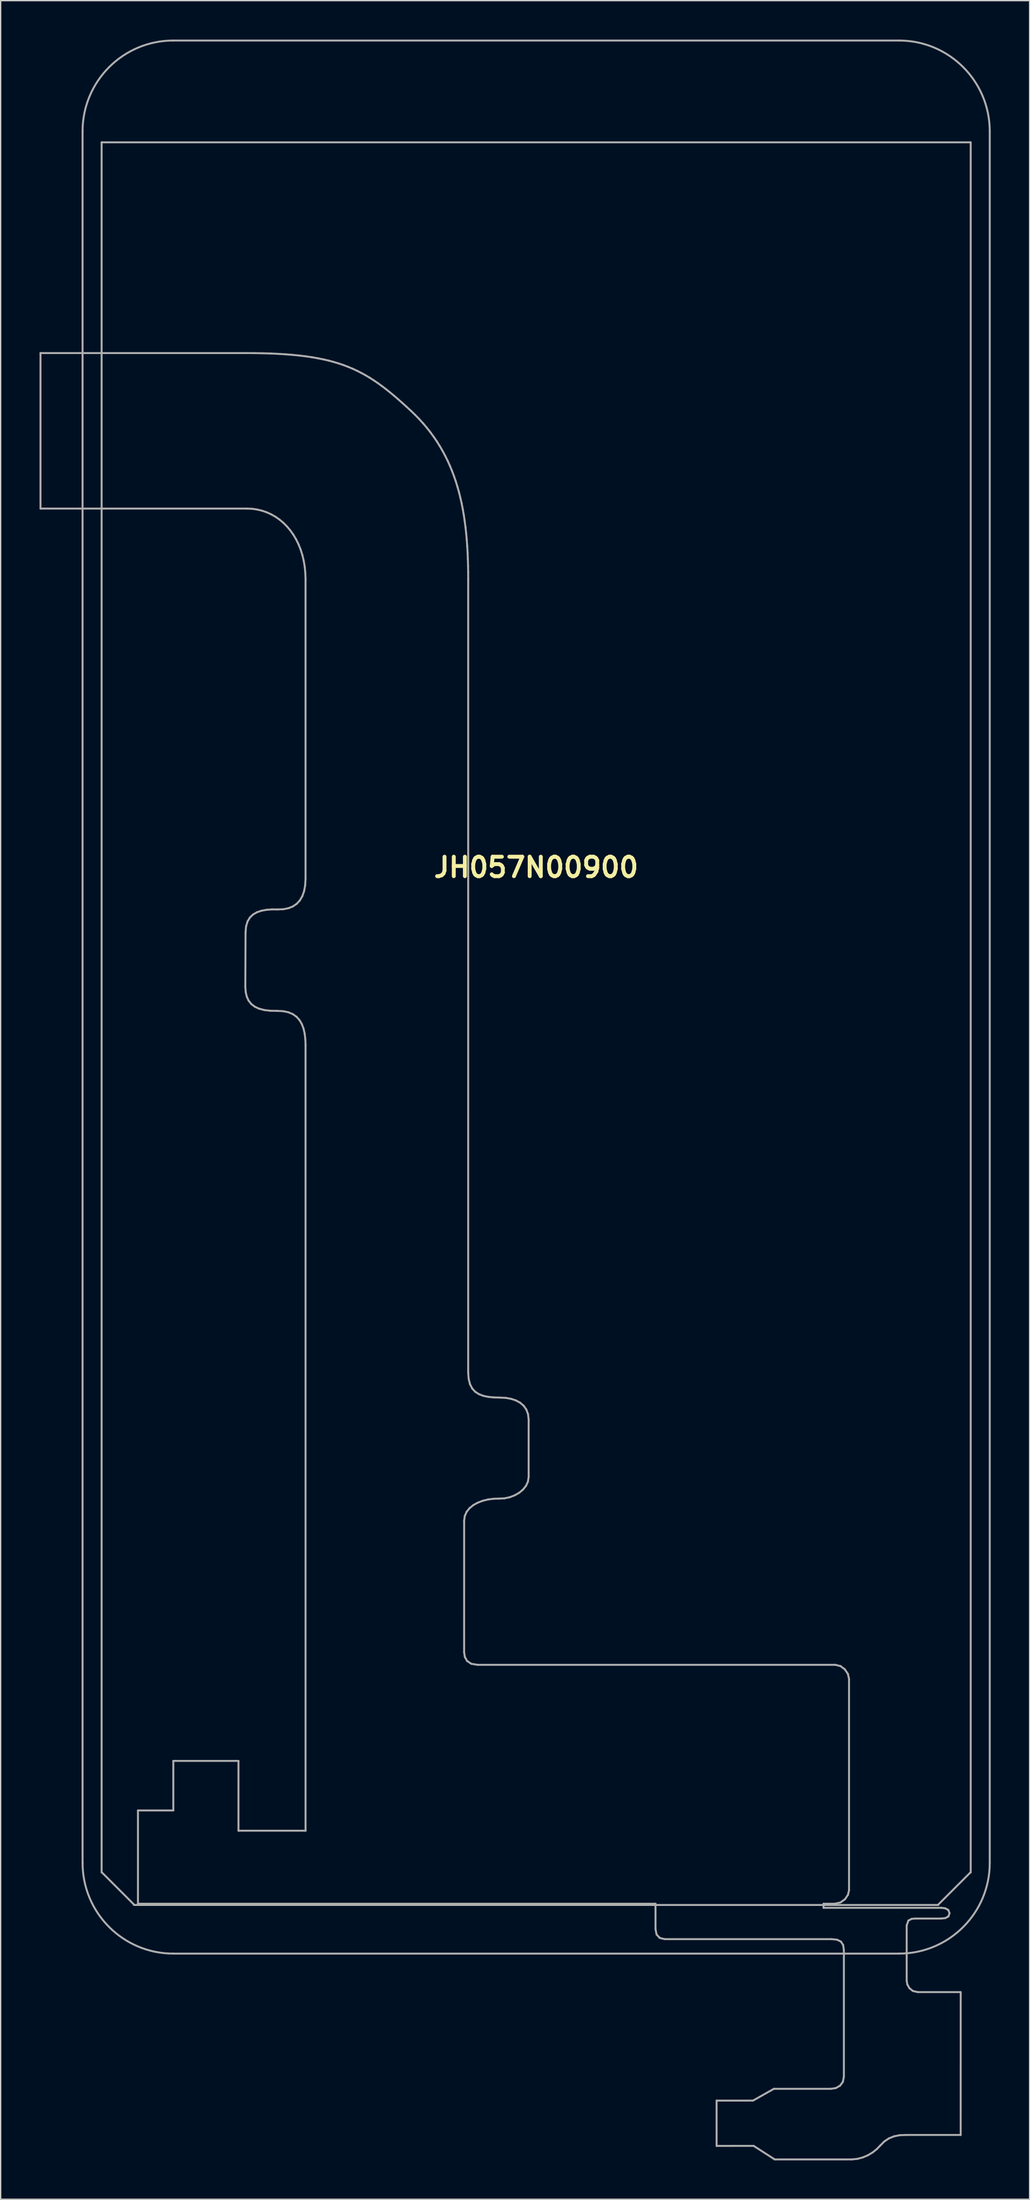
<source format=kicad_pcb>
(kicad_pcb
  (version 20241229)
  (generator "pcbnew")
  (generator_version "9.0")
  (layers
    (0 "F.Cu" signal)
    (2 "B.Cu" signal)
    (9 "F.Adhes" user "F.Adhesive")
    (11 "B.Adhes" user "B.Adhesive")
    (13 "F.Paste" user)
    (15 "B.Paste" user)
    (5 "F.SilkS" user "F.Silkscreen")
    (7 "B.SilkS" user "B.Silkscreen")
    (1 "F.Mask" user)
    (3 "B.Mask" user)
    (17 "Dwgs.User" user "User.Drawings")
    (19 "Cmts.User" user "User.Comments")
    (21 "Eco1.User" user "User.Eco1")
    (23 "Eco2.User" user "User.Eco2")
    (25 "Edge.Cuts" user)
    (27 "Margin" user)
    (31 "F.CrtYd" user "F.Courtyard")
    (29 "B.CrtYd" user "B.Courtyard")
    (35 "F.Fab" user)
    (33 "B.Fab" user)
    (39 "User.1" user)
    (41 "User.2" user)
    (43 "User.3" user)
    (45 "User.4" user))
  (footprint "JH057N00900"
    (layer "F.Cu")
    (at 38.321 73.825)
    (property "Reference" "JH057N00900" (at 0 -10 0) (layer "F.SilkS") (effects (font (size 1.5 1.5) (thickness 0.3))))
    (attr smd)
    (fp_line (start -38.246 -49.652) (end -22.442 -49.653) (stroke (width 0.15) (type solid)) (layer "F.Fab"))
    (fp_line (start -38.246 -37.664) (end -38.246 -49.652) (stroke (width 0.15) (type solid)) (layer "F.Fab"))
    (fp_line (start -35 -66.75) (end -35 66.75) (stroke (width 0.15) (type solid)) (layer "F.Fab"))
    (fp_line (start -33.53 -65.9) (end -33.53 67.5) (stroke (width 0.15) (type solid)) (layer "F.Fab"))
    (fp_line (start -33.5 67.5) (end -31 70) (stroke (width 0.15) (type solid)) (layer "F.Fab"))
    (fp_line (start -30.726 69.906) (end -30.726 62.712) (stroke (width 0.15) (type solid)) (layer "F.Fab"))
    (fp_line (start -30.726 62.712) (end -27.997 62.713) (stroke (width 0.15) (type solid)) (layer "F.Fab"))
    (fp_line (start -28 73.75) (end 28 73.75) (stroke (width 0.15) (type solid)) (layer "F.Fab"))
    (fp_line (start -27.998 58.893) (end -22.97 58.893) (stroke (width 0.15) (type solid)) (layer "F.Fab"))
    (fp_line (start -27.997 62.713) (end -27.998 58.893) (stroke (width 0.15) (type solid)) (layer "F.Fab"))
    (fp_line (start -22.971 64.275) (end -17.794 64.275) (stroke (width 0.15) (type solid)) (layer "F.Fab"))
    (fp_line (start -22.97 58.893) (end -22.971 64.275) (stroke (width 0.15) (type solid)) (layer "F.Fab"))
    (fp_line (start -22.442 -49.653) (end -21.762 -49.649) (stroke (width 0.15) (type solid)) (layer "F.Fab"))
    (fp_line (start -22.441 -0.82) (end -22.424 -4.987) (stroke (width 0.15) (type solid)) (layer "F.Fab"))
    (fp_line (start -22.424 -4.987) (end -22.383 -5.453) (stroke (width 0.15) (type solid)) (layer "F.Fab"))
    (fp_line (start -22.414 -0.399) (end -22.441 -0.82) (stroke (width 0.15) (type solid)) (layer "F.Fab"))
    (fp_line (start -22.383 -5.453) (end -22.267 -5.834) (stroke (width 0.15) (type solid)) (layer "F.Fab"))
    (fp_line (start -22.33 -0.033) (end -22.414 -0.399) (stroke (width 0.15) (type solid)) (layer "F.Fab"))
    (fp_line (start -22.309 -37.663) (end -38.246 -37.664) (stroke (width 0.15) (type solid)) (layer "F.Fab"))
    (fp_line (start -22.267 -5.834) (end -22.084 -6.137) (stroke (width 0.15) (type solid)) (layer "F.Fab"))
    (fp_line (start -22.187 0.277) (end -22.33 -0.033) (stroke (width 0.15) (type solid)) (layer "F.Fab"))
    (fp_line (start -22.084 -6.137) (end -21.84 -6.37) (stroke (width 0.15) (type solid)) (layer "F.Fab"))
    (fp_line (start -21.982 0.535) (end -22.187 0.277) (stroke (width 0.15) (type solid)) (layer "F.Fab"))
    (fp_line (start -21.911 -37.645) (end -22.309 -37.663) (stroke (width 0.15) (type solid)) (layer "F.Fab"))
    (fp_line (start -21.84 -6.37) (end -21.542 -6.541) (stroke (width 0.15) (type solid)) (layer "F.Fab"))
    (fp_line (start -21.762 -49.649) (end -21.112 -49.638) (stroke (width 0.15) (type solid)) (layer "F.Fab"))
    (fp_line (start -21.715 0.74) (end -21.982 0.535) (stroke (width 0.15) (type solid)) (layer "F.Fab"))
    (fp_line (start -21.542 -6.541) (end -21.197 -6.657) (stroke (width 0.15) (type solid)) (layer "F.Fab"))
    (fp_line (start -21.524 -37.59) (end -21.911 -37.645) (stroke (width 0.15) (type solid)) (layer "F.Fab"))
    (fp_line (start -21.385 0.894) (end -21.715 0.74) (stroke (width 0.15) (type solid)) (layer "F.Fab"))
    (fp_line (start -21.197 -6.657) (end -20.811 -6.727) (stroke (width 0.15) (type solid)) (layer "F.Fab"))
    (fp_line (start -21.15 -37.5) (end -21.524 -37.59) (stroke (width 0.15) (type solid)) (layer "F.Fab"))
    (fp_line (start -21.112 -49.638) (end -20.492 -49.619) (stroke (width 0.15) (type solid)) (layer "F.Fab"))
    (fp_line (start -20.988 0.998) (end -21.385 0.894) (stroke (width 0.15) (type solid)) (layer "F.Fab"))
    (fp_line (start -20.811 -6.727) (end -20.391 -6.758) (stroke (width 0.15) (type solid)) (layer "F.Fab"))
    (fp_line (start -20.788 -37.376) (end -21.15 -37.5) (stroke (width 0.15) (type solid)) (layer "F.Fab"))
    (fp_line (start -20.525 1.055) (end -20.988 0.998) (stroke (width 0.15) (type solid)) (layer "F.Fab"))
    (fp_line (start -20.492 -49.619) (end -19.901 -49.592) (stroke (width 0.15) (type solid)) (layer "F.Fab"))
    (fp_line (start -20.442 -37.218) (end -20.788 -37.376) (stroke (width 0.15) (type solid)) (layer "F.Fab"))
    (fp_line (start -20.391 -6.758) (end -19.944 -6.757) (stroke (width 0.15) (type solid)) (layer "F.Fab"))
    (fp_line (start -20.111 -37.03) (end -20.442 -37.218) (stroke (width 0.15) (type solid)) (layer "F.Fab"))
    (fp_line (start -19.994 1.065) (end -20.525 1.055) (stroke (width 0.15) (type solid)) (layer "F.Fab"))
    (fp_line (start -19.944 -6.757) (end -19.508 -6.773) (stroke (width 0.15) (type solid)) (layer "F.Fab"))
    (fp_line (start -19.901 -49.592) (end -19.336 -49.557) (stroke (width 0.15) (type solid)) (layer "F.Fab"))
    (fp_line (start -19.797 -36.81) (end -20.111 -37.03) (stroke (width 0.15) (type solid)) (layer "F.Fab"))
    (fp_line (start -19.519 1.087) (end -19.994 1.065) (stroke (width 0.15) (type solid)) (layer "F.Fab"))
    (fp_line (start -19.508 -6.773) (end -19.118 -6.849) (stroke (width 0.15) (type solid)) (layer "F.Fab"))
    (fp_line (start -19.502 -36.561) (end -19.797 -36.81) (stroke (width 0.15) (type solid)) (layer "F.Fab"))
    (fp_line (start -19.336 -49.557) (end -18.796 -49.514) (stroke (width 0.15) (type solid)) (layer "F.Fab"))
    (fp_line (start -19.225 -36.284) (end -19.502 -36.561) (stroke (width 0.15) (type solid)) (layer "F.Fab"))
    (fp_line (start -19.118 -6.849) (end -18.776 -6.987) (stroke (width 0.15) (type solid)) (layer "F.Fab"))
    (fp_line (start -19.112 1.173) (end -19.519 1.087) (stroke (width 0.15) (type solid)) (layer "F.Fab"))
    (fp_line (start -18.97 -35.979) (end -19.225 -36.284) (stroke (width 0.15) (type solid)) (layer "F.Fab"))
    (fp_line (start -18.796 -49.514) (end -18.28 -49.463) (stroke (width 0.15) (type solid)) (layer "F.Fab"))
    (fp_line (start -18.776 -6.987) (end -18.482 -7.186) (stroke (width 0.15) (type solid)) (layer "F.Fab"))
    (fp_line (start -18.769 1.321) (end -19.112 1.173) (stroke (width 0.15) (type solid)) (layer "F.Fab"))
    (fp_line (start -18.736 -35.649) (end -18.97 -35.979) (stroke (width 0.15) (type solid)) (layer "F.Fab"))
    (fp_line (start -18.525 -35.294) (end -18.736 -35.649) (stroke (width 0.15) (type solid)) (layer "F.Fab"))
    (fp_line (start -18.485 1.524) (end -18.769 1.321) (stroke (width 0.15) (type solid)) (layer "F.Fab"))
    (fp_line (start -18.482 -7.186) (end -18.238 -7.448) (stroke (width 0.15) (type solid)) (layer "F.Fab"))
    (fp_line (start -18.339 -34.915) (end -18.525 -35.294) (stroke (width 0.15) (type solid)) (layer "F.Fab"))
    (fp_line (start -18.28 -49.463) (end -17.787 -49.403) (stroke (width 0.15) (type solid)) (layer "F.Fab"))
    (fp_line (start -18.257 1.781) (end -18.485 1.524) (stroke (width 0.15) (type solid)) (layer "F.Fab"))
    (fp_line (start -18.238 -7.448) (end -18.046 -7.773) (stroke (width 0.15) (type solid)) (layer "F.Fab"))
    (fp_line (start -18.177 -34.513) (end -18.339 -34.915) (stroke (width 0.15) (type solid)) (layer "F.Fab"))
    (fp_line (start -18.079 2.086) (end -18.257 1.781) (stroke (width 0.15) (type solid)) (layer "F.Fab"))
    (fp_line (start -18.046 -7.773) (end -17.907 -8.163) (stroke (width 0.15) (type solid)) (layer "F.Fab"))
    (fp_line (start -18.043 -34.09) (end -18.177 -34.513) (stroke (width 0.15) (type solid)) (layer "F.Fab"))
    (fp_line (start -17.948 2.435) (end -18.079 2.086) (stroke (width 0.15) (type solid)) (layer "F.Fab"))
    (fp_line (start -17.936 -33.647) (end -18.043 -34.09) (stroke (width 0.15) (type solid)) (layer "F.Fab"))
    (fp_line (start -17.907 -8.163) (end -17.823 -8.618) (stroke (width 0.15) (type solid)) (layer "F.Fab"))
    (fp_line (start -17.86 2.825) (end -17.948 2.435) (stroke (width 0.15) (type solid)) (layer "F.Fab"))
    (fp_line (start -17.858 -33.184) (end -17.936 -33.647) (stroke (width 0.15) (type solid)) (layer "F.Fab"))
    (fp_line (start -17.823 -8.618) (end -17.795 -9.138) (stroke (width 0.15) (type solid)) (layer "F.Fab"))
    (fp_line (start -17.811 -32.704) (end -17.858 -33.184) (stroke (width 0.15) (type solid)) (layer "F.Fab"))
    (fp_line (start -17.81 3.252) (end -17.86 2.825) (stroke (width 0.15) (type solid)) (layer "F.Fab"))
    (fp_line (start -17.795 -32.206) (end -17.811 -32.704) (stroke (width 0.15) (type solid)) (layer "F.Fab"))
    (fp_line (start -17.795 -9.138) (end -17.795 -32.206) (stroke (width 0.15) (type solid)) (layer "F.Fab"))
    (fp_line (start -17.795 3.711) (end -17.81 3.252) (stroke (width 0.15) (type solid)) (layer "F.Fab"))
    (fp_line (start -17.794 64.275) (end -17.795 3.711) (stroke (width 0.15) (type solid)) (layer "F.Fab"))
    (fp_line (start -17.787 -49.403) (end -17.316 -49.334) (stroke (width 0.15) (type solid)) (layer "F.Fab"))
    (fp_line (start -17.316 -49.334) (end -16.865 -49.256) (stroke (width 0.15) (type solid)) (layer "F.Fab"))
    (fp_line (start -16.865 -49.256) (end -16.432 -49.169) (stroke (width 0.15) (type solid)) (layer "F.Fab"))
    (fp_line (start -16.432 -49.169) (end -16.017 -49.073) (stroke (width 0.15) (type solid)) (layer "F.Fab"))
    (fp_line (start -16.017 -49.073) (end -15.618 -48.967) (stroke (width 0.15) (type solid)) (layer "F.Fab"))
    (fp_line (start -15.618 -48.967) (end -15.233 -48.851) (stroke (width 0.15) (type solid)) (layer "F.Fab"))
    (fp_line (start -15.233 -48.851) (end -14.863 -48.725) (stroke (width 0.15) (type solid)) (layer "F.Fab"))
    (fp_line (start -14.863 -48.725) (end -14.504 -48.589) (stroke (width 0.15) (type solid)) (layer "F.Fab"))
    (fp_line (start -14.504 -48.589) (end -14.156 -48.443) (stroke (width 0.15) (type solid)) (layer "F.Fab"))
    (fp_line (start -14.156 -48.443) (end -13.817 -48.287) (stroke (width 0.15) (type solid)) (layer "F.Fab"))
    (fp_line (start -13.817 -48.287) (end -13.487 -48.119) (stroke (width 0.15) (type solid)) (layer "F.Fab"))
    (fp_line (start -13.487 -48.119) (end -13.163 -47.941) (stroke (width 0.15) (type solid)) (layer "F.Fab"))
    (fp_line (start -13.163 -47.941) (end -12.845 -47.752) (stroke (width 0.15) (type solid)) (layer "F.Fab"))
    (fp_line (start -12.845 -47.752) (end -12.531 -47.551) (stroke (width 0.15) (type solid)) (layer "F.Fab"))
    (fp_line (start -12.531 -47.551) (end -12.22 -47.339) (stroke (width 0.15) (type solid)) (layer "F.Fab"))
    (fp_line (start -12.22 -47.339) (end -11.91 -47.115) (stroke (width 0.15) (type solid)) (layer "F.Fab"))
    (fp_line (start -11.91 -47.115) (end -11.6 -46.88) (stroke (width 0.15) (type solid)) (layer "F.Fab"))
    (fp_line (start -11.6 -46.88) (end -11.29 -46.632) (stroke (width 0.15) (type solid)) (layer "F.Fab"))
    (fp_line (start -11.29 -46.632) (end -10.976 -46.373) (stroke (width 0.15) (type solid)) (layer "F.Fab"))
    (fp_line (start -10.976 -46.373) (end -10.659 -46.101) (stroke (width 0.15) (type solid)) (layer "F.Fab"))
    (fp_line (start -10.659 -46.101) (end -10.337 -45.816) (stroke (width 0.15) (type solid)) (layer "F.Fab"))
    (fp_line (start -10.337 -45.816) (end -10.008 -45.518) (stroke (width 0.15) (type solid)) (layer "F.Fab"))
    (fp_line (start -10.008 -45.518) (end -9.671 -45.208) (stroke (width 0.15) (type solid)) (layer "F.Fab"))
    (fp_line (start -9.671 -45.208) (end -9.339 -44.888) (stroke (width 0.15) (type solid)) (layer "F.Fab"))
    (fp_line (start -9.339 -44.888) (end -9.022 -44.562) (stroke (width 0.15) (type solid)) (layer "F.Fab"))
    (fp_line (start -9.022 -44.562) (end -8.72 -44.23) (stroke (width 0.15) (type solid)) (layer "F.Fab"))
    (fp_line (start -8.72 -44.23) (end -8.435 -43.893) (stroke (width 0.15) (type solid)) (layer "F.Fab"))
    (fp_line (start -8.435 -43.893) (end -8.164 -43.549) (stroke (width 0.15) (type solid)) (layer "F.Fab"))
    (fp_line (start -8.164 -43.549) (end -7.907 -43.199) (stroke (width 0.15) (type solid)) (layer "F.Fab"))
    (fp_line (start -7.907 -43.199) (end -7.665 -42.843) (stroke (width 0.15) (type solid)) (layer "F.Fab"))
    (fp_line (start -7.665 -42.843) (end -7.437 -42.48) (stroke (width 0.15) (type solid)) (layer "F.Fab"))
    (fp_line (start -7.437 -42.48) (end -7.223 -42.111) (stroke (width 0.15) (type solid)) (layer "F.Fab"))
    (fp_line (start -7.223 -42.111) (end -7.021 -41.736) (stroke (width 0.15) (type solid)) (layer "F.Fab"))
    (fp_line (start -7.021 -41.736) (end -6.833 -41.354) (stroke (width 0.15) (type solid)) (layer "F.Fab"))
    (fp_line (start -6.833 -41.354) (end -6.657 -40.966) (stroke (width 0.15) (type solid)) (layer "F.Fab"))
    (fp_line (start -6.657 -40.966) (end -6.494 -40.57) (stroke (width 0.15) (type solid)) (layer "F.Fab"))
    (fp_line (start -6.494 -40.57) (end -6.342 -40.168) (stroke (width 0.15) (type solid)) (layer "F.Fab"))
    (fp_line (start -6.342 -40.168) (end -6.202 -39.76) (stroke (width 0.15) (type solid)) (layer "F.Fab"))
    (fp_line (start -6.202 -39.76) (end -6.073 -39.344) (stroke (width 0.15) (type solid)) (layer "F.Fab"))
    (fp_line (start -6.073 -39.344) (end -5.955 -38.921) (stroke (width 0.15) (type solid)) (layer "F.Fab"))
    (fp_line (start -5.955 -38.921) (end -5.847 -38.491) (stroke (width 0.15) (type solid)) (layer "F.Fab"))
    (fp_line (start -5.847 -38.491) (end -5.749 -38.054) (stroke (width 0.15) (type solid)) (layer "F.Fab"))
    (fp_line (start -5.749 -38.054) (end -5.661 -37.61) (stroke (width 0.15) (type solid)) (layer "F.Fab"))
    (fp_line (start -5.661 -37.61) (end -5.583 -37.158) (stroke (width 0.15) (type solid)) (layer "F.Fab"))
    (fp_line (start -5.583 -37.158) (end -5.514 -36.699) (stroke (width 0.15) (type solid)) (layer "F.Fab"))
    (fp_line (start -5.558 50.509) (end -5.504 50.878) (stroke (width 0.15) (type solid)) (layer "F.Fab"))
    (fp_line (start -5.557 40.372) (end -5.558 50.509) (stroke (width 0.15) (type solid)) (layer "F.Fab"))
    (fp_line (start -5.514 -36.699) (end -5.453 -36.233) (stroke (width 0.15) (type solid)) (layer "F.Fab"))
    (fp_line (start -5.507 40.007) (end -5.557 40.372) (stroke (width 0.15) (type solid)) (layer "F.Fab"))
    (fp_line (start -5.504 50.878) (end -5.328 51.189) (stroke (width 0.15) (type solid)) (layer "F.Fab"))
    (fp_line (start -5.453 -36.233) (end -5.401 -35.759) (stroke (width 0.15) (type solid)) (layer "F.Fab"))
    (fp_line (start -5.401 -35.759) (end -5.357 -35.277) (stroke (width 0.15) (type solid)) (layer "F.Fab"))
    (fp_line (start -5.363 39.684) (end -5.507 40.007) (stroke (width 0.15) (type solid)) (layer "F.Fab"))
    (fp_line (start -5.357 -35.277) (end -5.321 -34.788) (stroke (width 0.15) (type solid)) (layer "F.Fab"))
    (fp_line (start -5.328 51.189) (end -5.006 51.404) (stroke (width 0.15) (type solid)) (layer "F.Fab"))
    (fp_line (start -5.321 -34.788) (end -5.292 -34.291) (stroke (width 0.15) (type solid)) (layer "F.Fab"))
    (fp_line (start -5.292 -34.291) (end -5.27 -33.786) (stroke (width 0.15) (type solid)) (layer "F.Fab"))
    (fp_line (start -5.27 -33.786) (end -5.255 -33.273) (stroke (width 0.15) (type solid)) (layer "F.Fab"))
    (fp_line (start -5.255 -33.273) (end -5.246 -32.752) (stroke (width 0.15) (type solid)) (layer "F.Fab"))
    (fp_line (start -5.246 -32.752) (end -5.243 -32.223) (stroke (width 0.15) (type solid)) (layer "F.Fab"))
    (fp_line (start -5.244 28.946) (end -5.208 29.446) (stroke (width 0.15) (type solid)) (layer "F.Fab"))
    (fp_line (start -5.243 -32.223) (end -5.244 28.946) (stroke (width 0.15) (type solid)) (layer "F.Fab"))
    (fp_line (start -5.208 29.446) (end -5.102 29.855) (stroke (width 0.15) (type solid)) (layer "F.Fab"))
    (fp_line (start -5.139 39.406) (end -5.363 39.684) (stroke (width 0.15) (type solid)) (layer "F.Fab"))
    (fp_line (start -5.102 29.855) (end -4.932 30.181) (stroke (width 0.15) (type solid)) (layer "F.Fab"))
    (fp_line (start -5.006 51.404) (end -4.516 51.485) (stroke (width 0.15) (type solid)) (layer "F.Fab"))
    (fp_line (start -4.932 30.181) (end -4.701 30.432) (stroke (width 0.15) (type solid)) (layer "F.Fab"))
    (fp_line (start -4.849 39.171) (end -5.139 39.406) (stroke (width 0.15) (type solid)) (layer "F.Fab"))
    (fp_line (start -4.701 30.432) (end -4.413 30.618) (stroke (width 0.15) (type solid)) (layer "F.Fab"))
    (fp_line (start -4.516 51.485) (end 23.084 51.484) (stroke (width 0.15) (type solid)) (layer "F.Fab"))
    (fp_line (start -4.504 38.981) (end -4.849 39.171) (stroke (width 0.15) (type solid)) (layer "F.Fab"))
    (fp_line (start -4.413 30.618) (end -4.073 30.747) (stroke (width 0.15) (type solid)) (layer "F.Fab"))
    (fp_line (start -4.119 38.835) (end -4.504 38.981) (stroke (width 0.15) (type solid)) (layer "F.Fab"))
    (fp_line (start -4.073 30.747) (end -3.684 30.828) (stroke (width 0.15) (type solid)) (layer "F.Fab"))
    (fp_line (start -3.705 38.735) (end -4.119 38.835) (stroke (width 0.15) (type solid)) (layer "F.Fab"))
    (fp_line (start -3.684 30.828) (end -3.252 30.869) (stroke (width 0.15) (type solid)) (layer "F.Fab"))
    (fp_line (start -3.276 38.679) (end -3.705 38.735) (stroke (width 0.15) (type solid)) (layer "F.Fab"))
    (fp_line (start -3.252 30.869) (end -2.779 30.88) (stroke (width 0.15) (type solid)) (layer "F.Fab"))
    (fp_line (start -2.845 38.669) (end -3.276 38.679) (stroke (width 0.15) (type solid)) (layer "F.Fab"))
    (fp_line (start -2.779 30.88) (end -2.347 30.903) (stroke (width 0.15) (type solid)) (layer "F.Fab"))
    (fp_line (start -2.436 38.647) (end -2.845 38.669) (stroke (width 0.15) (type solid)) (layer "F.Fab"))
    (fp_line (start -2.347 30.903) (end -1.939 30.974) (stroke (width 0.15) (type solid)) (layer "F.Fab"))
    (fp_line (start -2.033 38.56) (end -2.436 38.647) (stroke (width 0.15) (type solid)) (layer "F.Fab"))
    (fp_line (start -1.939 30.974) (end -1.566 31.097) (stroke (width 0.15) (type solid)) (layer "F.Fab"))
    (fp_line (start -1.651 38.415) (end -2.033 38.56) (stroke (width 0.15) (type solid)) (layer "F.Fab"))
    (fp_line (start -1.566 31.097) (end -1.238 31.274) (stroke (width 0.15) (type solid)) (layer "F.Fab"))
    (fp_line (start -1.305 38.216) (end -1.651 38.415) (stroke (width 0.15) (type solid)) (layer "F.Fab"))
    (fp_line (start -1.238 31.274) (end -0.965 31.509) (stroke (width 0.15) (type solid)) (layer "F.Fab"))
    (fp_line (start -1.01 37.969) (end -1.305 38.216) (stroke (width 0.15) (type solid)) (layer "F.Fab"))
    (fp_line (start -0.965 31.509) (end -0.758 31.803) (stroke (width 0.15) (type solid)) (layer "F.Fab"))
    (fp_line (start -0.781 37.68) (end -1.01 37.969) (stroke (width 0.15) (type solid)) (layer "F.Fab"))
    (fp_line (start -0.758 31.803) (end -0.626 32.161) (stroke (width 0.15) (type solid)) (layer "F.Fab"))
    (fp_line (start -0.632 37.355) (end -0.781 37.68) (stroke (width 0.15) (type solid)) (layer "F.Fab"))
    (fp_line (start -0.626 32.161) (end -0.58 32.584) (stroke (width 0.15) (type solid)) (layer "F.Fab"))
    (fp_line (start -0.58 32.584) (end -0.58 36.999) (stroke (width 0.15) (type solid)) (layer "F.Fab"))
    (fp_line (start -0.58 36.999) (end -0.632 37.355) (stroke (width 0.15) (type solid)) (layer "F.Fab"))
    (fp_line (start 9.209 69.906) (end -30.726 69.906) (stroke (width 0.15) (type solid)) (layer "F.Fab"))
    (fp_line (start 9.21 71.874) (end 9.209 69.906) (stroke (width 0.15) (type solid)) (layer "F.Fab"))
    (fp_line (start 9.293 72.281) (end 9.21 71.874) (stroke (width 0.15) (type solid)) (layer "F.Fab"))
    (fp_line (start 9.537 72.542) (end 9.293 72.281) (stroke (width 0.15) (type solid)) (layer "F.Fab"))
    (fp_line (start 9.904 72.634) (end 9.537 72.542) (stroke (width 0.15) (type solid)) (layer "F.Fab"))
    (fp_line (start 13.922 85.084) (end 16.734 85.083) (stroke (width 0.15) (type solid)) (layer "F.Fab"))
    (fp_line (start 13.923 88.576) (end 13.922 85.084) (stroke (width 0.15) (type solid)) (layer "F.Fab"))
    (fp_line (start 16.734 85.083) (end 18.338 84.177) (stroke (width 0.15) (type solid)) (layer "F.Fab"))
    (fp_line (start 16.783 88.575) (end 13.923 88.576) (stroke (width 0.15) (type solid)) (layer "F.Fab"))
    (fp_line (start 18.338 84.177) (end 22.737 84.177) (stroke (width 0.15) (type solid)) (layer "F.Fab"))
    (fp_line (start 18.404 89.618) (end 16.783 88.575) (stroke (width 0.15) (type solid)) (layer "F.Fab"))
    (fp_line (start 22.173 69.907) (end 22.173 70.219) (stroke (width 0.15) (type solid)) (layer "F.Fab"))
    (fp_line (start 22.173 70.219) (end 31.269 70.219) (stroke (width 0.15) (type solid)) (layer "F.Fab"))
    (fp_line (start 22.737 84.177) (end 23.126 84.115) (stroke (width 0.15) (type solid)) (layer "F.Fab"))
    (fp_line (start 22.803 72.635) (end 9.904 72.634) (stroke (width 0.15) (type solid)) (layer "F.Fab"))
    (fp_line (start 23.045 69.905) (end 22.173 69.907) (stroke (width 0.15) (type solid)) (layer "F.Fab"))
    (fp_line (start 23.084 51.484) (end 23.481 51.582) (stroke (width 0.15) (type solid)) (layer "F.Fab"))
    (fp_line (start 23.126 84.115) (end 23.447 83.935) (stroke (width 0.15) (type solid)) (layer "F.Fab"))
    (fp_line (start 23.222 72.679) (end 22.803 72.635) (stroke (width 0.15) (type solid)) (layer "F.Fab"))
    (fp_line (start 23.447 83.935) (end 23.665 83.644) (stroke (width 0.15) (type solid)) (layer "F.Fab"))
    (fp_line (start 23.481 51.582) (end 23.819 51.835) (stroke (width 0.15) (type solid)) (layer "F.Fab"))
    (fp_line (start 23.483 69.806) (end 23.045 69.905) (stroke (width 0.15) (type solid)) (layer "F.Fab"))
    (fp_line (start 23.516 72.825) (end 23.222 72.679) (stroke (width 0.15) (type solid)) (layer "F.Fab"))
    (fp_line (start 23.665 83.644) (end 23.745 83.251) (stroke (width 0.15) (type solid)) (layer "F.Fab"))
    (fp_line (start 23.689 73.091) (end 23.516 72.825) (stroke (width 0.15) (type solid)) (layer "F.Fab"))
    (fp_line (start 23.745 83.251) (end 23.745 73.494) (stroke (width 0.15) (type solid)) (layer "F.Fab"))
    (fp_line (start 23.745 73.494) (end 23.689 73.091) (stroke (width 0.15) (type solid)) (layer "F.Fab"))
    (fp_line (start 23.819 51.835) (end 24.054 52.186) (stroke (width 0.15) (type solid)) (layer "F.Fab"))
    (fp_line (start 23.831 69.554) (end 23.483 69.806) (stroke (width 0.15) (type solid)) (layer "F.Fab"))
    (fp_line (start 24.054 52.186) (end 24.142 52.576) (stroke (width 0.15) (type solid)) (layer "F.Fab"))
    (fp_line (start 24.06 69.218) (end 23.831 69.554) (stroke (width 0.15) (type solid)) (layer "F.Fab"))
    (fp_line (start 24.142 52.576) (end 24.142 68.864) (stroke (width 0.15) (type solid)) (layer "F.Fab"))
    (fp_line (start 24.142 68.864) (end 24.06 69.218) (stroke (width 0.15) (type solid)) (layer "F.Fab"))
    (fp_line (start 24.357 89.618) (end 18.404 89.618) (stroke (width 0.15) (type solid)) (layer "F.Fab"))
    (fp_line (start 24.788 89.575) (end 24.357 89.618) (stroke (width 0.15) (type solid)) (layer "F.Fab"))
    (fp_line (start 25.204 89.465) (end 24.788 89.575) (stroke (width 0.15) (type solid)) (layer "F.Fab"))
    (fp_line (start 25.598 89.297) (end 25.204 89.465) (stroke (width 0.15) (type solid)) (layer "F.Fab"))
    (fp_line (start 25.96 89.081) (end 25.598 89.297) (stroke (width 0.15) (type solid)) (layer "F.Fab"))
    (fp_line (start 26.282 88.826) (end 25.96 89.081) (stroke (width 0.15) (type solid)) (layer "F.Fab"))
    (fp_line (start 26.556 88.543) (end 26.282 88.826) (stroke (width 0.15) (type solid)) (layer "F.Fab"))
    (fp_line (start 26.87 88.23) (end 26.556 88.543) (stroke (width 0.15) (type solid)) (layer "F.Fab"))
    (fp_line (start 27.221 87.997) (end 26.87 88.23) (stroke (width 0.15) (type solid)) (layer "F.Fab"))
    (fp_line (start 27.613 87.839) (end 27.221 87.997) (stroke (width 0.15) (type solid)) (layer "F.Fab"))
    (fp_line (start 28 -73.75) (end -28 -73.75) (stroke (width 0.15) (type solid)) (layer "F.Fab"))
    (fp_line (start 28.052 87.752) (end 27.613 87.839) (stroke (width 0.15) (type solid)) (layer "F.Fab"))
    (fp_line (start 28.541 87.732) (end 28.052 87.752) (stroke (width 0.15) (type solid)) (layer "F.Fab"))
    (fp_line (start 28.59 75.859) (end 28.643 76.134) (stroke (width 0.15) (type solid)) (layer "F.Fab"))
    (fp_line (start 28.59 71.576) (end 28.59 75.859) (stroke (width 0.15) (type solid)) (layer "F.Fab"))
    (fp_line (start 28.643 76.134) (end 28.801 76.414) (stroke (width 0.15) (type solid)) (layer "F.Fab"))
    (fp_line (start 28.722 71.204) (end 28.59 71.576) (stroke (width 0.15) (type solid)) (layer "F.Fab"))
    (fp_line (start 28.801 76.414) (end 29.069 76.632) (stroke (width 0.15) (type solid)) (layer "F.Fab"))
    (fp_line (start 28.982 71.067) (end 28.722 71.204) (stroke (width 0.15) (type solid)) (layer "F.Fab"))
    (fp_line (start 29.069 76.632) (end 29.45 76.719) (stroke (width 0.15) (type solid)) (layer "F.Fab"))
    (fp_line (start 29.285 71.047) (end 28.982 71.067) (stroke (width 0.15) (type solid)) (layer "F.Fab"))
    (fp_line (start 29.45 76.719) (end 32.758 76.719) (stroke (width 0.15) (type solid)) (layer "F.Fab"))
    (fp_line (start 31 70) (end 33.5 67.5) (stroke (width 0.15) (type solid)) (layer "F.Fab"))
    (fp_line (start 31.03 70) (end -31.03 70) (stroke (width 0.15) (type solid)) (layer "F.Fab"))
    (fp_line (start 31.253 71.047) (end 29.285 71.047) (stroke (width 0.15) (type solid)) (layer "F.Fab"))
    (fp_line (start 31.269 70.219) (end 31.556 70.256) (stroke (width 0.15) (type solid)) (layer "F.Fab"))
    (fp_line (start 31.556 70.256) (end 31.798 70.384) (stroke (width 0.15) (type solid)) (layer "F.Fab"))
    (fp_line (start 31.578 71.011) (end 31.253 71.047) (stroke (width 0.15) (type solid)) (layer "F.Fab"))
    (fp_line (start 31.798 70.384) (end 31.898 70.634) (stroke (width 0.15) (type solid)) (layer "F.Fab"))
    (fp_line (start 31.808 70.884) (end 31.578 71.011) (stroke (width 0.15) (type solid)) (layer "F.Fab"))
    (fp_line (start 31.898 70.634) (end 31.808 70.884) (stroke (width 0.15) (type solid)) (layer "F.Fab"))
    (fp_line (start 32.757 87.733) (end 28.541 87.732) (stroke (width 0.15) (type solid)) (layer "F.Fab"))
    (fp_line (start 32.758 76.719) (end 32.757 87.733) (stroke (width 0.15) (type solid)) (layer "F.Fab"))
    (fp_line (start 33.53 -65.9) (end -33.53 -65.9) (stroke (width 0.15) (type solid)) (layer "F.Fab"))
    (fp_line (start 33.53 -65.9) (end 33.53 67.5) (stroke (width 0.15) (type solid)) (layer "F.Fab"))
    (fp_line (start 35 66.75) (end 35 -66.75) (stroke (width 0.15) (type solid)) (layer "F.Fab"))
    (fp_arc (start -35 -66.75) (mid -32.949747 -71.699747) (end -28 -73.75) (stroke (width 0.15) (type solid)) (layer "F.Fab"))
    (fp_arc (start -28 73.75) (mid -32.949747 71.699747) (end -35 66.75) (stroke (width 0.15) (type solid)) (layer "F.Fab"))
    (fp_arc (start 28 -73.75) (mid 32.949747 -71.699747) (end 35 -66.75) (stroke (width 0.15) (type solid)) (layer "F.Fab"))
    (fp_arc (start 35 66.75) (mid 32.949747 71.699747) (end 28 73.75) (stroke (width 0.15) (type solid)) (layer "F.Fab")))
  (gr_rect
    (start -3 -3)
    (end 76.396 166.518)
    (stroke (width 0.1) (type default))
    (fill no)
    (layer "Edge.Cuts")))
</source>
